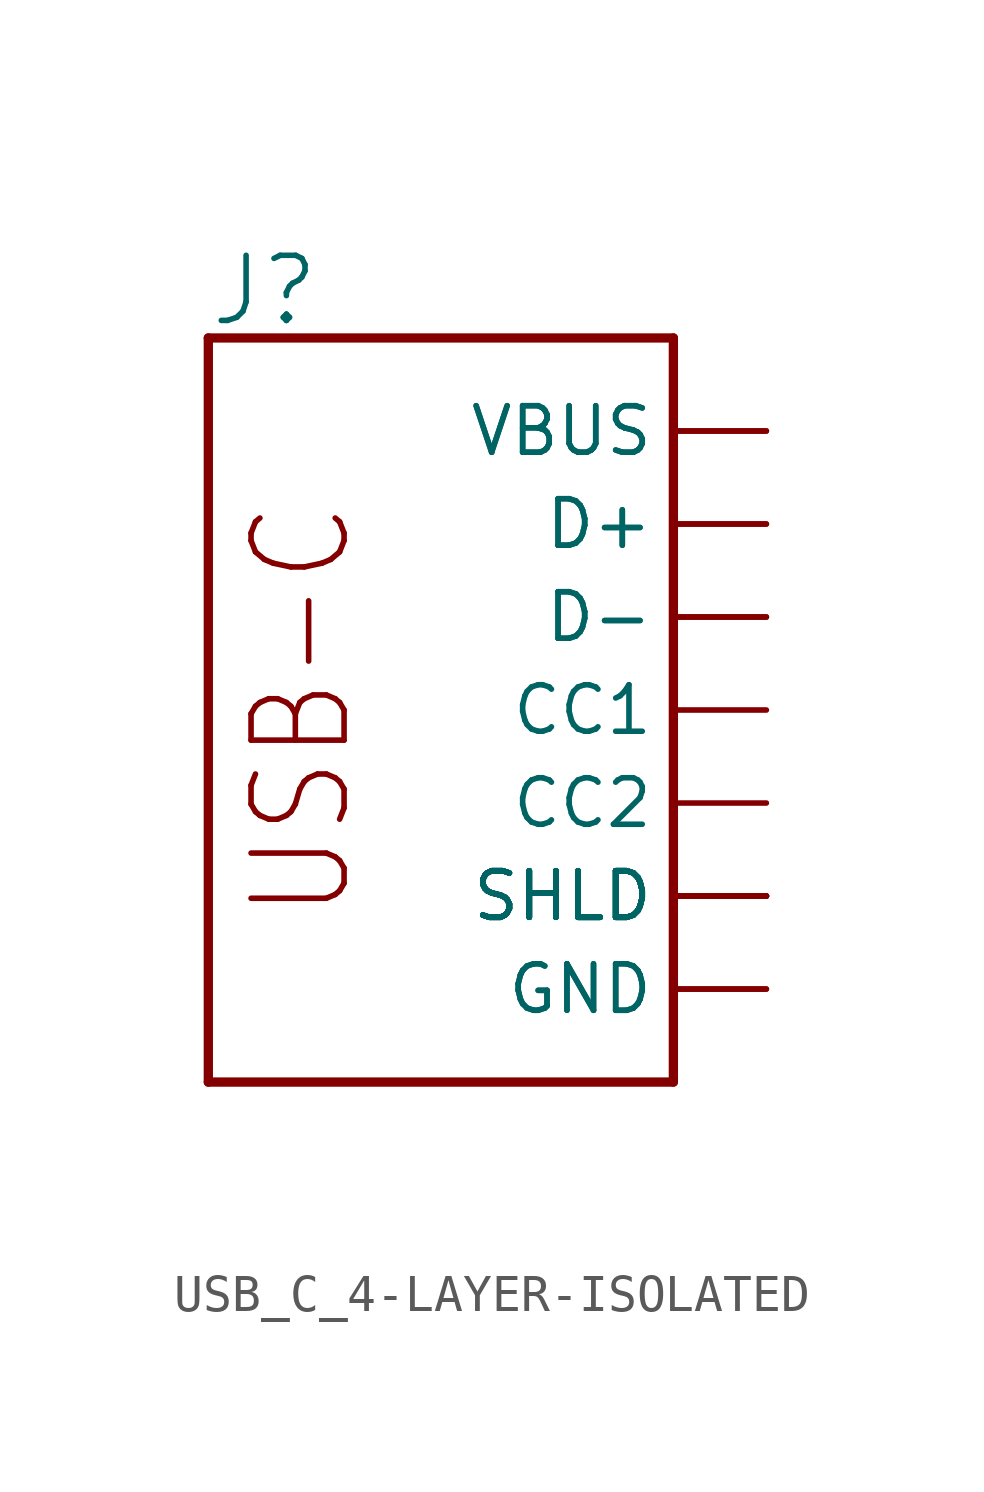
<source format=kicad_sym>
(kicad_symbol_lib
  (version 20231120)
  (generator "kicad_symbol_editor")
  (generator_version "8.0")
  (symbol "USB_C_4-LAYER-ISOLATED"
    (property "Reference" "J"
      (at -2.54 10.414 0)
      (effects (font (size 1.778 1.778)) (justify left bottom)))
    (property "Value" ""
      (at -2.54 -12.446 0)
      (effects (font (size 1.778 1.778)) (justify left bottom)))
    (property "ki_locked" ""
      (at 0 0 0)
      (effects (font (size 1.27 1.27))))
    (symbol "USB_C_4-LAYER-ISOLATED_1_0"
      (polyline (pts (xy -2.54 -10.16) (xy -2.54 10.16)) (stroke (width 0.254) (type solid)) (fill (type none)))
      (polyline (pts (xy -2.54 -10.16) (xy 10.16 -10.16)) (stroke (width 0.254) (type solid)) (fill (type none)))
      (polyline (pts (xy 10.16 -10.16) (xy 10.16 10.16)) (stroke (width 0.254) (type solid)) (fill (type none)))
      (polyline (pts (xy 10.16 10.16) (xy -2.54 10.16)) (stroke (width 0.254) (type solid)) (fill (type none)))
      (text "USB-C" (at 0 0 900) (effects (font (size 2.54 2.159))))
      (pin bidirectional line (at 12.7 0 180) (length 2.54) (name "CC1" (effects (font (size 1.27 1.27)))) (number "A5" (effects (font (size 0 0)))))
      (pin bidirectional line (at 12.7 5.08 180) (length 2.54) (name "D+" (effects (font (size 1.27 1.27)))) (number "A6" (effects (font (size 0 0)))))
      (pin bidirectional line (at 12.7 2.54 180) (length 2.54) (name "D-" (effects (font (size 1.27 1.27)))) (number "A7" (effects (font (size 0 0)))))
      (pin bidirectional line (at 12.7 -2.54 180) (length 2.54) (name "CC2" (effects (font (size 1.27 1.27)))) (number "B5" (effects (font (size 0 0)))))
      (pin bidirectional line (at 12.7 5.08 180) (length 2.54) (name "D+" (effects (font (size 1.27 1.27)))) (number "B6" (effects (font (size 0 0)))))
      (pin bidirectional line (at 12.7 2.54 180) (length 2.54) (name "D-" (effects (font (size 1.27 1.27)))) (number "B7" (effects (font (size 0 0)))))
      (pin bidirectional line (at 12.7 -7.62 180) (length 2.54) (name "GND" (effects (font (size 1.27 1.27)))) (number "GND" (effects (font (size 0 0)))))
      (pin bidirectional line (at 12.7 -7.62 180) (length 2.54) (name "GND" (effects (font (size 1.27 1.27)))) (number "GND2" (effects (font (size 0 0)))))
      (pin bidirectional line (at 12.7 -5.08 180) (length 2.54) (name "SHLD" (effects (font (size 1.27 1.27)))) (number "SHLD1" (effects (font (size 0 0)))))
      (pin bidirectional line (at 12.7 -5.08 180) (length 2.54) (name "SHLD" (effects (font (size 1.27 1.27)))) (number "SHLD2" (effects (font (size 0 0)))))
      (pin bidirectional line (at 12.7 -5.08 180) (length 2.54) (name "SHLD" (effects (font (size 1.27 1.27)))) (number "SHLD3" (effects (font (size 0 0)))))
      (pin bidirectional line (at 12.7 -5.08 180) (length 2.54) (name "SHLD" (effects (font (size 1.27 1.27)))) (number "SHLD4" (effects (font (size 0 0)))))
      (pin bidirectional line (at 12.7 -5.08 180) (length 2.54) (name "SHLD" (effects (font (size 1.27 1.27)))) (number "SHLD5" (effects (font (size 0 0)))))
      (pin bidirectional line (at 12.7 -5.08 180) (length 2.54) (name "SHLD" (effects (font (size 1.27 1.27)))) (number "SHLD6" (effects (font (size 0 0)))))
      (pin bidirectional line (at 12.7 -5.08 180) (length 2.54) (name "SHLD" (effects (font (size 1.27 1.27)))) (number "SHLD7" (effects (font (size 0 0)))))
      (pin bidirectional line (at 12.7 -5.08 180) (length 2.54) (name "SHLD" (effects (font (size 1.27 1.27)))) (number "SHLD8" (effects (font (size 0 0)))))
      (pin bidirectional line (at 12.7 7.62 180) (length 2.54) (name "VBUS" (effects (font (size 1.27 1.27)))) (number "VBUS1" (effects (font (size 0 0)))))
      (pin bidirectional line (at 12.7 7.62 180) (length 2.54) (name "VBUS" (effects (font (size 1.27 1.27)))) (number "VBUS2" (effects (font (size 0 0))))))))
</source>
